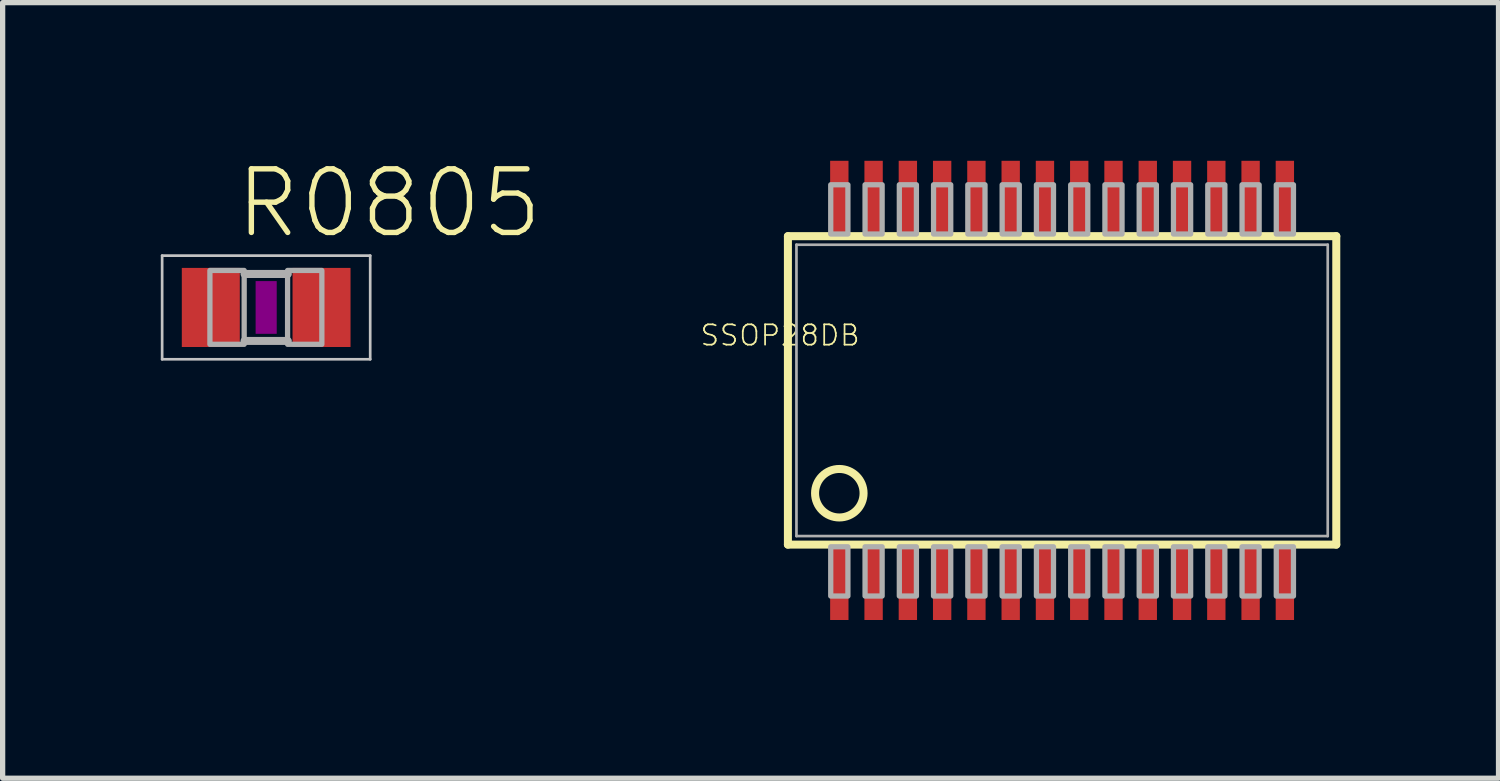
<source format=kicad_pcb>
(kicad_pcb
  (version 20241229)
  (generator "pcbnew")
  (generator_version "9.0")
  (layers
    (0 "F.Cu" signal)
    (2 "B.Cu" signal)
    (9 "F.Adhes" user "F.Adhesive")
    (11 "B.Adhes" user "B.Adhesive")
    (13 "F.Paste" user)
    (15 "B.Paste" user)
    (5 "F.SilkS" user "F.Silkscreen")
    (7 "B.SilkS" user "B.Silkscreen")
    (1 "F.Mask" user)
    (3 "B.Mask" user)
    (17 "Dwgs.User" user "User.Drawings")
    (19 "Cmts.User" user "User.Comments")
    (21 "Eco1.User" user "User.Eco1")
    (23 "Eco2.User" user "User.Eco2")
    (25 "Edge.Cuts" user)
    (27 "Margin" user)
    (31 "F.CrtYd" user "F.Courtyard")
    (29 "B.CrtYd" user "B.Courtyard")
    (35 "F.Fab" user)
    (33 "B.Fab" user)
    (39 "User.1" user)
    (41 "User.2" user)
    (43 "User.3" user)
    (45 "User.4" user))
  (footprint "SSOP28DB"
    (layer "F.Cu")
    (at 17.093 4.354)
    (property "Reference" "SSOP28DB" (at -3.81 -1.27 0) (layer "F.SilkS") (effects (font (size 0.386 0.386) (thickness 0.033)) (justify right top)))
    (attr through_hole)
    (fp_line (start -5.2 -2.925) (end 5.2 -2.925) (stroke (width 0.152) (type solid)) (layer "F.SilkS"))
    (fp_line (start -5.2 2.925) (end -5.2 -2.925) (stroke (width 0.152) (type solid)) (layer "F.SilkS"))
    (fp_line (start 5.2 -2.925) (end 5.2 2.925) (stroke (width 0.152) (type solid)) (layer "F.SilkS"))
    (fp_line (start 5.2 2.925) (end -5.2 2.925) (stroke (width 0.152) (type solid)) (layer "F.SilkS"))
    (fp_circle (center -4.225 1.95) (end -3.765 1.95) (stroke (width 0.152) (type solid)) (fill no) (layer "F.SilkS"))
    (fp_line (start -5.038 -2.763) (end 5.038 -2.763) (stroke (width 0.051) (type solid)) (layer "F.Fab"))
    (fp_line (start -5.038 2.763) (end -5.038 -2.763) (stroke (width 0.051) (type solid)) (layer "F.Fab"))
    (fp_line (start 5.038 -2.763) (end 5.038 2.763) (stroke (width 0.051) (type solid)) (layer "F.Fab"))
    (fp_line (start 5.038 2.763) (end -5.038 2.763) (stroke (width 0.051) (type solid)) (layer "F.Fab"))
    (fp_poly (pts (xy -4.388 -2.966) (xy -4.062 -2.966) (xy -4.062 -3.9) (xy -4.388 -3.9)) (stroke (width 0.1) (type solid)) (fill no) (layer "F.Fab"))
    (fp_poly (pts (xy -4.388 3.9) (xy -4.062 3.9) (xy -4.062 2.966) (xy -4.388 2.966)) (stroke (width 0.1) (type solid)) (fill no) (layer "F.Fab"))
    (fp_poly (pts (xy -3.737 -2.966) (xy -3.413 -2.966) (xy -3.413 -3.9) (xy -3.737 -3.9)) (stroke (width 0.1) (type solid)) (fill no) (layer "F.Fab"))
    (fp_poly (pts (xy -3.737 3.9) (xy -3.413 3.9) (xy -3.413 2.966) (xy -3.737 2.966)) (stroke (width 0.1) (type solid)) (fill no) (layer "F.Fab"))
    (fp_poly (pts (xy -3.087 -2.966) (xy -2.763 -2.966) (xy -2.763 -3.9) (xy -3.087 -3.9)) (stroke (width 0.1) (type solid)) (fill no) (layer "F.Fab"))
    (fp_poly (pts (xy -3.087 3.9) (xy -2.763 3.9) (xy -2.763 2.966) (xy -3.087 2.966)) (stroke (width 0.1) (type solid)) (fill no) (layer "F.Fab"))
    (fp_poly (pts (xy -2.438 -2.966) (xy -2.112 -2.966) (xy -2.112 -3.9) (xy -2.438 -3.9)) (stroke (width 0.1) (type solid)) (fill no) (layer "F.Fab"))
    (fp_poly (pts (xy -2.438 3.9) (xy -2.112 3.9) (xy -2.112 2.966) (xy -2.438 2.966)) (stroke (width 0.1) (type solid)) (fill no) (layer "F.Fab"))
    (fp_poly (pts (xy -1.788 -2.966) (xy -1.462 -2.966) (xy -1.462 -3.9) (xy -1.788 -3.9)) (stroke (width 0.1) (type solid)) (fill no) (layer "F.Fab"))
    (fp_poly (pts (xy -1.788 3.9) (xy -1.462 3.9) (xy -1.462 2.966) (xy -1.788 2.966)) (stroke (width 0.1) (type solid)) (fill no) (layer "F.Fab"))
    (fp_poly (pts (xy -1.137 -2.966) (xy -0.812 -2.966) (xy -0.812 -3.9) (xy -1.137 -3.9)) (stroke (width 0.1) (type solid)) (fill no) (layer "F.Fab"))
    (fp_poly (pts (xy -1.137 3.9) (xy -0.812 3.9) (xy -0.812 2.966) (xy -1.137 2.966)) (stroke (width 0.1) (type solid)) (fill no) (layer "F.Fab"))
    (fp_poly (pts (xy -0.487 -2.966) (xy -0.163 -2.966) (xy -0.163 -3.9) (xy -0.487 -3.9)) (stroke (width 0.1) (type solid)) (fill no) (layer "F.Fab"))
    (fp_poly (pts (xy -0.487 3.9) (xy -0.163 3.9) (xy -0.163 2.966) (xy -0.487 2.966)) (stroke (width 0.1) (type solid)) (fill no) (layer "F.Fab"))
    (fp_poly (pts (xy 0.163 -2.966) (xy 0.487 -2.966) (xy 0.487 -3.9) (xy 0.163 -3.9)) (stroke (width 0.1) (type solid)) (fill no) (layer "F.Fab"))
    (fp_poly (pts (xy 0.163 3.9) (xy 0.487 3.9) (xy 0.487 2.966) (xy 0.163 2.966)) (stroke (width 0.1) (type solid)) (fill no) (layer "F.Fab"))
    (fp_poly (pts (xy 0.812 -2.966) (xy 1.137 -2.966) (xy 1.137 -3.9) (xy 0.812 -3.9)) (stroke (width 0.1) (type solid)) (fill no) (layer "F.Fab"))
    (fp_poly (pts (xy 0.812 3.9) (xy 1.137 3.9) (xy 1.137 2.966) (xy 0.812 2.966)) (stroke (width 0.1) (type solid)) (fill no) (layer "F.Fab"))
    (fp_poly (pts (xy 1.462 -2.966) (xy 1.788 -2.966) (xy 1.788 -3.9) (xy 1.462 -3.9)) (stroke (width 0.1) (type solid)) (fill no) (layer "F.Fab"))
    (fp_poly (pts (xy 1.462 3.9) (xy 1.788 3.9) (xy 1.788 2.966) (xy 1.462 2.966)) (stroke (width 0.1) (type solid)) (fill no) (layer "F.Fab"))
    (fp_poly (pts (xy 2.112 -2.966) (xy 2.438 -2.966) (xy 2.438 -3.9) (xy 2.112 -3.9)) (stroke (width 0.1) (type solid)) (fill no) (layer "F.Fab"))
    (fp_poly (pts (xy 2.112 3.9) (xy 2.438 3.9) (xy 2.438 2.966) (xy 2.112 2.966)) (stroke (width 0.1) (type solid)) (fill no) (layer "F.Fab"))
    (fp_poly (pts (xy 2.763 -2.966) (xy 3.087 -2.966) (xy 3.087 -3.9) (xy 2.763 -3.9)) (stroke (width 0.1) (type solid)) (fill no) (layer "F.Fab"))
    (fp_poly (pts (xy 2.763 3.9) (xy 3.087 3.9) (xy 3.087 2.966) (xy 2.763 2.966)) (stroke (width 0.1) (type solid)) (fill no) (layer "F.Fab"))
    (fp_poly (pts (xy 3.413 -2.966) (xy 3.737 -2.966) (xy 3.737 -3.9) (xy 3.413 -3.9)) (stroke (width 0.1) (type solid)) (fill no) (layer "F.Fab"))
    (fp_poly (pts (xy 3.413 3.9) (xy 3.737 3.9) (xy 3.737 2.966) (xy 3.413 2.966)) (stroke (width 0.1) (type solid)) (fill no) (layer "F.Fab"))
    (fp_poly (pts (xy 4.062 -2.966) (xy 4.388 -2.966) (xy 4.388 -3.9) (xy 4.062 -3.9)) (stroke (width 0.1) (type solid)) (fill no) (layer "F.Fab"))
    (fp_poly (pts (xy 4.062 3.9) (xy 4.388 3.9) (xy 4.388 2.966) (xy 4.062 2.966)) (stroke (width 0.1) (type solid)) (fill no) (layer "F.Fab"))
    (pad "1" smd rect (at -4.225 3.656) (size 0.348 1.397) (layers "F.Cu" "F.Mask" "F.Paste"))
    (pad "2" smd rect (at -3.575 3.656) (size 0.348 1.397) (layers "F.Cu" "F.Mask" "F.Paste"))
    (pad "3" smd rect (at -2.925 3.656) (size 0.348 1.397) (layers "F.Cu" "F.Mask" "F.Paste"))
    (pad "4" smd rect (at -2.275 3.656) (size 0.348 1.397) (layers "F.Cu" "F.Mask" "F.Paste"))
    (pad "5" smd rect (at -1.625 3.656) (size 0.348 1.397) (layers "F.Cu" "F.Mask" "F.Paste"))
    (pad "6" smd rect (at -0.975 3.656) (size 0.348 1.397) (layers "F.Cu" "F.Mask" "F.Paste"))
    (pad "7" smd rect (at -0.325 3.656) (size 0.348 1.397) (layers "F.Cu" "F.Mask" "F.Paste"))
    (pad "8" smd rect (at 0.325 3.656) (size 0.348 1.397) (layers "F.Cu" "F.Mask" "F.Paste"))
    (pad "9" smd rect (at 0.975 3.656) (size 0.348 1.397) (layers "F.Cu" "F.Mask" "F.Paste"))
    (pad "10" smd rect (at 1.625 3.656) (size 0.348 1.397) (layers "F.Cu" "F.Mask" "F.Paste"))
    (pad "11" smd rect (at 2.275 3.656) (size 0.348 1.397) (layers "F.Cu" "F.Mask" "F.Paste"))
    (pad "12" smd rect (at 2.925 3.656) (size 0.348 1.397) (layers "F.Cu" "F.Mask" "F.Paste"))
    (pad "13" smd rect (at 3.575 3.656) (size 0.348 1.397) (layers "F.Cu" "F.Mask" "F.Paste"))
    (pad "14" smd rect (at 4.225 3.656) (size 0.348 1.397) (layers "F.Cu" "F.Mask" "F.Paste"))
    (pad "15" smd rect (at 4.225 -3.656) (size 0.348 1.397) (layers "F.Cu" "F.Mask" "F.Paste"))
    (pad "16" smd rect (at 3.575 -3.656) (size 0.348 1.397) (layers "F.Cu" "F.Mask" "F.Paste"))
    (pad "17" smd rect (at 2.925 -3.656) (size 0.348 1.397) (layers "F.Cu" "F.Mask" "F.Paste"))
    (pad "18" smd rect (at 2.275 -3.656) (size 0.348 1.397) (layers "F.Cu" "F.Mask" "F.Paste"))
    (pad "19" smd rect (at 1.625 -3.656) (size 0.348 1.397) (layers "F.Cu" "F.Mask" "F.Paste"))
    (pad "20" smd rect (at 0.975 -3.656) (size 0.348 1.397) (layers "F.Cu" "F.Mask" "F.Paste"))
    (pad "21" smd rect (at 0.325 -3.656) (size 0.348 1.397) (layers "F.Cu" "F.Mask" "F.Paste"))
    (pad "22" smd rect (at -0.325 -3.656) (size 0.348 1.397) (layers "F.Cu" "F.Mask" "F.Paste"))
    (pad "23" smd rect (at -0.975 -3.656) (size 0.348 1.397) (layers "F.Cu" "F.Mask" "F.Paste"))
    (pad "24" smd rect (at -1.625 -3.656) (size 0.348 1.397) (layers "F.Cu" "F.Mask" "F.Paste"))
    (pad "25" smd rect (at -2.275 -3.656) (size 0.348 1.397) (layers "F.Cu" "F.Mask" "F.Paste"))
    (pad "26" smd rect (at -2.925 -3.656) (size 0.348 1.397) (layers "F.Cu" "F.Mask" "F.Paste"))
    (pad "27" smd rect (at -3.575 -3.656) (size 0.348 1.397) (layers "F.Cu" "F.Mask" "F.Paste"))
    (pad "28" smd rect (at -4.225 -3.656) (size 0.348 1.397) (layers "F.Cu" "F.Mask" "F.Paste")))
  (footprint "R0805"
    (layer "F.Cu")
    (at 1.998 2.781)
    (property "Reference" "R0805" (at -0.635 -1.27 0) (layer "F.SilkS") (effects (font (size 1.206 1.206) (thickness 0.102)) (justify left bottom)))
    (attr through_hole)
    (fp_poly (pts (xy -0.2 0.5) (xy 0.2 0.5) (xy 0.2 -0.5) (xy -0.2 -0.5)) (stroke (width 0) (type solid)) (fill yes) (layer "F.Adhes"))
    (fp_line (start -1.973 -0.983) (end 1.973 -0.983) (stroke (width 0.051) (type solid)) (layer "Dwgs.User"))
    (fp_line (start -1.973 0.983) (end -1.973 -0.983) (stroke (width 0.051) (type solid)) (layer "Dwgs.User"))
    (fp_line (start 1.973 -0.983) (end 1.973 0.983) (stroke (width 0.051) (type solid)) (layer "Dwgs.User"))
    (fp_line (start 1.973 0.983) (end -1.973 0.983) (stroke (width 0.051) (type solid)) (layer "Dwgs.User"))
    (fp_line (start -0.41 -0.635) (end 0.41 -0.635) (stroke (width 0.152) (type solid)) (layer "F.Fab"))
    (fp_line (start -0.41 0.635) (end 0.41 0.635) (stroke (width 0.152) (type solid)) (layer "F.Fab"))
    (fp_poly (pts (xy -1.067 0.699) (xy -0.417 0.699) (xy -0.417 -0.702) (xy -1.067 -0.702)) (stroke (width 0.1) (type solid)) (fill no) (layer "F.Fab"))
    (fp_poly (pts (xy 0.406 0.699) (xy 1.056 0.699) (xy 1.056 -0.702) (xy 0.406 -0.702)) (stroke (width 0.1) (type solid)) (fill no) (layer "F.Fab"))
    (pad "1" smd rect (at -1.05 0) (size 1.1 1.5) (layers "F.Cu" "F.Mask" "F.Paste"))
    (pad "2" smd rect (at 1.05 0) (size 1.1 1.5) (layers "F.Cu" "F.Mask" "F.Paste")))
  (gr_rect
    (start -3 -3)
    (end 25.37 11.709)
    (stroke (width 0.1) (type default))
    (fill no)
    (layer "Edge.Cuts")))
</source>
